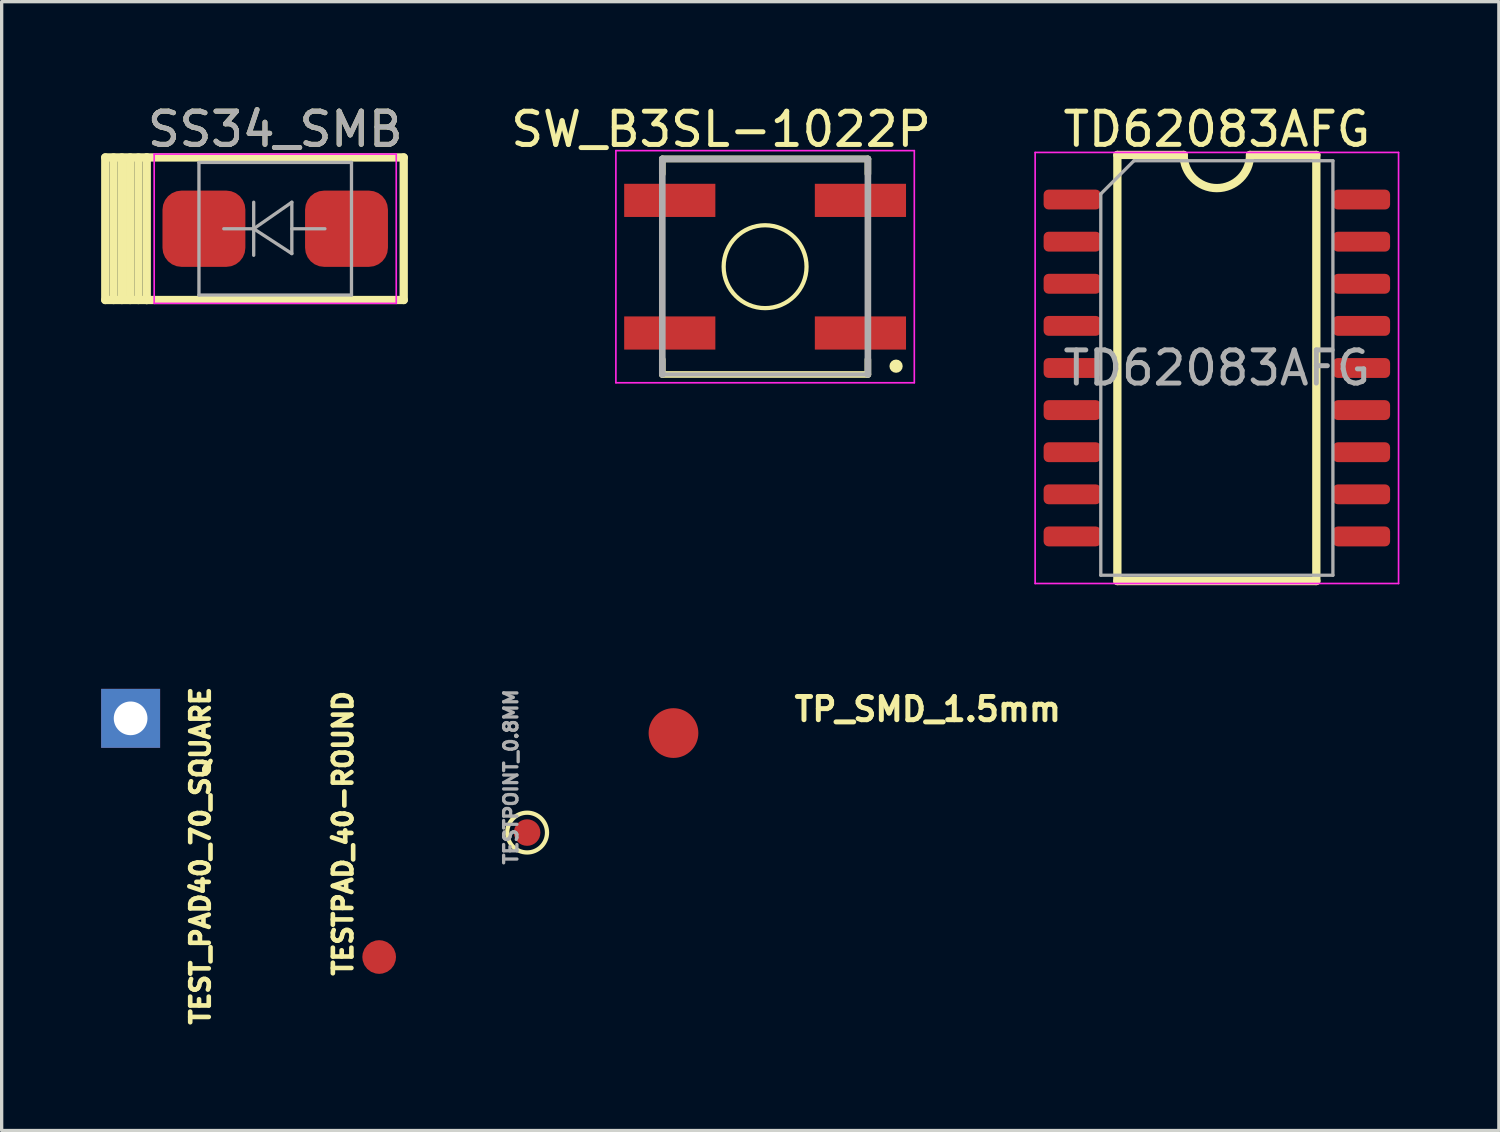
<source format=kicad_pcb>
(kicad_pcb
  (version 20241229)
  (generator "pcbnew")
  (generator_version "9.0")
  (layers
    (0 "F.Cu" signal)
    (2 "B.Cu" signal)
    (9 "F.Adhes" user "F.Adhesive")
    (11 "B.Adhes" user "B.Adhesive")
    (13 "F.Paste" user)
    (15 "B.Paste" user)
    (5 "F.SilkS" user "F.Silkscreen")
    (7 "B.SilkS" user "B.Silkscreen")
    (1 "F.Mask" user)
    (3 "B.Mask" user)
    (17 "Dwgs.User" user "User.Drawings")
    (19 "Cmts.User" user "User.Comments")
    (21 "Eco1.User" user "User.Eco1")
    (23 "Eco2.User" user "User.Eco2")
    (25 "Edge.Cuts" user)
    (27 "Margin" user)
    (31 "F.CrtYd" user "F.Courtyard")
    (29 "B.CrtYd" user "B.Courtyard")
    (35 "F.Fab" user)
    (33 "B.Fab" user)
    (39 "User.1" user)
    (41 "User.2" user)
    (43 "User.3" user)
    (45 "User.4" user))
  (footprint "TD62083AFG"
    (layer "F.Cu")
    (at 33.648 8.048)
    (property "Reference" "TD62083AFG" (at 0 -7.2 0) (layer "F.SilkS") (effects (font (size 1 1) (thickness 0.15))))
    (attr smd)
    (fp_line (start -3 -6.425) (end -1 -6.425) (stroke (width 0.25) (type solid)) (layer "F.SilkS"))
    (fp_line (start -3 6.425) (end -3 -6.425) (stroke (width 0.25) (type solid)) (layer "F.SilkS"))
    (fp_line (start 1 -6.425) (end 3 -6.425) (stroke (width 0.25) (type solid)) (layer "F.SilkS"))
    (fp_line (start 3 -6.425) (end 3 6.425) (stroke (width 0.25) (type solid)) (layer "F.SilkS"))
    (fp_line (start 3 6.425) (end -3 6.425) (stroke (width 0.25) (type solid)) (layer "F.SilkS"))
    (fp_arc (start 1 -6.425) (mid 0 -5.425) (end -1 -6.425) (stroke (width 0.25) (type solid)) (layer "F.SilkS"))
    (fp_line (start -5.48 -6.5) (end 5.48 -6.5) (stroke (width 0.05) (type solid)) (layer "F.CrtYd"))
    (fp_line (start -5.48 6.5) (end -5.48 -6.5) (stroke (width 0.05) (type solid)) (layer "F.CrtYd"))
    (fp_line (start 5.48 -6.5) (end 5.48 6.5) (stroke (width 0.05) (type solid)) (layer "F.CrtYd"))
    (fp_line (start 5.48 6.5) (end -5.48 6.5) (stroke (width 0.05) (type solid)) (layer "F.CrtYd"))
    (fp_line (start -3.5 -5.25) (end -2.5 -6.25) (stroke (width 0.1) (type solid)) (layer "F.Fab"))
    (fp_line (start -3.5 6.25) (end -3.5 -5.25) (stroke (width 0.1) (type solid)) (layer "F.Fab"))
    (fp_line (start -2.5 -6.25) (end 3.5 -6.25) (stroke (width 0.1) (type solid)) (layer "F.Fab"))
    (fp_line (start 3.5 -6.25) (end 3.5 6.25) (stroke (width 0.1) (type solid)) (layer "F.Fab"))
    (fp_line (start 3.5 6.25) (end -3.5 6.25) (stroke (width 0.1) (type solid)) (layer "F.Fab"))
    (fp_text user "${REFERENCE}" (at 0 0 0) (layer "F.Fab") (effects (font (size 1 1) (thickness 0.15))))
    (pad "1" smd roundrect (at -4.362 -5.08) (size 1.725 0.6) (layers "F.Cu" "F.Mask" "F.Paste") (roundrect_rratio 0.25))
    (pad "2" smd roundrect (at -4.362 -3.81) (size 1.725 0.6) (layers "F.Cu" "F.Mask" "F.Paste") (roundrect_rratio 0.25))
    (pad "3" smd roundrect (at -4.362 -2.54) (size 1.725 0.6) (layers "F.Cu" "F.Mask" "F.Paste") (roundrect_rratio 0.25))
    (pad "4" smd roundrect (at -4.362 -1.27) (size 1.725 0.6) (layers "F.Cu" "F.Mask" "F.Paste") (roundrect_rratio 0.25))
    (pad "5" smd roundrect (at -4.362 0) (size 1.725 0.6) (layers "F.Cu" "F.Mask" "F.Paste") (roundrect_rratio 0.25))
    (pad "6" smd roundrect (at -4.362 1.27) (size 1.725 0.6) (layers "F.Cu" "F.Mask" "F.Paste") (roundrect_rratio 0.25))
    (pad "7" smd roundrect (at -4.362 2.54) (size 1.725 0.6) (layers "F.Cu" "F.Mask" "F.Paste") (roundrect_rratio 0.25))
    (pad "8" smd roundrect (at -4.362 3.81) (size 1.725 0.6) (layers "F.Cu" "F.Mask" "F.Paste") (roundrect_rratio 0.25))
    (pad "9" smd roundrect (at -4.362 5.08) (size 1.725 0.6) (layers "F.Cu" "F.Mask" "F.Paste") (roundrect_rratio 0.25))
    (pad "10" smd roundrect (at 4.362 5.08) (size 1.725 0.6) (layers "F.Cu" "F.Mask" "F.Paste") (roundrect_rratio 0.25))
    (pad "11" smd roundrect (at 4.362 3.81) (size 1.725 0.6) (layers "F.Cu" "F.Mask" "F.Paste") (roundrect_rratio 0.25))
    (pad "12" smd roundrect (at 4.362 2.54) (size 1.725 0.6) (layers "F.Cu" "F.Mask" "F.Paste") (roundrect_rratio 0.25))
    (pad "13" smd roundrect (at 4.362 1.27) (size 1.725 0.6) (layers "F.Cu" "F.Mask" "F.Paste") (roundrect_rratio 0.25))
    (pad "14" smd roundrect (at 4.362 0) (size 1.725 0.6) (layers "F.Cu" "F.Mask" "F.Paste") (roundrect_rratio 0.25))
    (pad "15" smd roundrect (at 4.362 -1.27) (size 1.725 0.6) (layers "F.Cu" "F.Mask" "F.Paste") (roundrect_rratio 0.25))
    (pad "16" smd roundrect (at 4.362 -2.54) (size 1.725 0.6) (layers "F.Cu" "F.Mask" "F.Paste") (roundrect_rratio 0.25))
    (pad "17" smd roundrect (at 4.362 -3.81) (size 1.725 0.6) (layers "F.Cu" "F.Mask" "F.Paste") (roundrect_rratio 0.25))
    (pad "18" smd roundrect (at 4.362 -5.08) (size 1.725 0.6) (layers "F.Cu" "F.Mask" "F.Paste") (roundrect_rratio 0.25)))
  (footprint "TP_SMD_1.5mm"
    (layer "F.Cu")
    (at 17.261 19.058)
    (property "Reference" "TP_SMD_1.5mm" (at 3.57 -0.31 180) (layer "F.SilkS") (effects (font (size 0.7 0.7) (thickness 0.15)) (justify left bottom)))
    (attr exclude_from_pos_files)
    (pad "1" smd circle (at 0 0 90) (size 1.5 1.5) (layers "F.Cu" "F.Mask")))
  (footprint "TESTPAD_40-ROUND"
    (layer "F.Cu")
    (at 8.385 25.812)
    (property "Reference" "TESTPAD_40-ROUND" (at -0.762 0.635 90) (unlocked yes) (layer "F.SilkS") (effects (font (size 0.559 0.559) (thickness 0.203)) (justify left bottom)))
    (pad "1" smd roundrect (at 0 0 180) (size 1.016 1.016) (layers "F.Cu" "F.Mask") (roundrect_rratio 0.5)))
  (footprint "SS34_SMB"
    (layer "F.Cu")
    (at 5.25 3.848)
    (property "Reference" "SS34_SMB" (at 0 -3 0) (layer "F.SilkS") (effects (font (size 1 1) (thickness 0.15))))
    (attr smd)
    (fp_line (start -5.125 2.15) (end -5.125 -2.15) (stroke (width 0.25) (type solid)) (layer "F.SilkS"))
    (fp_line (start -5.125 2.15) (end -3.875 2.15) (stroke (width 0.25) (type solid)) (layer "F.SilkS"))
    (fp_line (start -4.875 -2.15) (end -4.875 2.15) (stroke (width 0.25) (type solid)) (layer "F.SilkS"))
    (fp_line (start -4.625 -2.15) (end -4.625 2.15) (stroke (width 0.25) (type solid)) (layer "F.SilkS"))
    (fp_line (start -4.375 -2.15) (end -4.375 2.15) (stroke (width 0.25) (type solid)) (layer "F.SilkS"))
    (fp_line (start -4.125 2.15) (end -4.125 -2.15) (stroke (width 0.25) (type solid)) (layer "F.SilkS"))
    (fp_line (start -3.875 -2.15) (end -5.125 -2.15) (stroke (width 0.25) (type solid)) (layer "F.SilkS"))
    (fp_line (start -3.875 -2.15) (end -3.875 2.15) (stroke (width 0.25) (type solid)) (layer "F.SilkS"))
    (fp_line (start -3.875 -2.15) (end 3.875 -2.15) (stroke (width 0.25) (type solid)) (layer "F.SilkS"))
    (fp_line (start -3.875 2.15) (end 3.875 2.15) (stroke (width 0.25) (type solid)) (layer "F.SilkS"))
    (fp_line (start 3.875 2.15) (end 3.875 -2.15) (stroke (width 0.25) (type solid)) (layer "F.SilkS"))
    (fp_line (start -3.65 -2.25) (end 3.65 -2.25) (stroke (width 0.05) (type solid)) (layer "F.CrtYd"))
    (fp_line (start -3.65 2.25) (end -3.65 -2.25) (stroke (width 0.05) (type solid)) (layer "F.CrtYd"))
    (fp_line (start 3.65 -2.25) (end 3.65 2.25) (stroke (width 0.05) (type solid)) (layer "F.CrtYd"))
    (fp_line (start 3.65 2.25) (end -3.65 2.25) (stroke (width 0.05) (type solid)) (layer "F.CrtYd"))
    (fp_line (start -2.3 2) (end -2.3 -2) (stroke (width 0.1) (type solid)) (layer "F.Fab"))
    (fp_line (start -0.649 -0.799) (end -0.649 0.801) (stroke (width 0.1) (type solid)) (layer "F.Fab"))
    (fp_line (start -0.649 0.001) (end -1.551 0.001) (stroke (width 0.1) (type solid)) (layer "F.Fab"))
    (fp_line (start -0.649 0.001) (end 0.501 -0.799) (stroke (width 0.1) (type solid)) (layer "F.Fab"))
    (fp_line (start -0.649 0.001) (end 0.501 0.75) (stroke (width 0.1) (type solid)) (layer "F.Fab"))
    (fp_line (start 0.501 0.001) (end 1.499 0.001) (stroke (width 0.1) (type solid)) (layer "F.Fab"))
    (fp_line (start 0.501 0.75) (end 0.501 -0.799) (stroke (width 0.1) (type solid)) (layer "F.Fab"))
    (fp_line (start 2.3 -2) (end -2.3 -2) (stroke (width 0.1) (type solid)) (layer "F.Fab"))
    (fp_line (start 2.3 -2) (end 2.3 2) (stroke (width 0.1) (type solid)) (layer "F.Fab"))
    (fp_line (start 2.3 2) (end -2.3 2) (stroke (width 0.1) (type solid)) (layer "F.Fab"))
    (fp_text user "${REFERENCE}" (at 0 -3 0) (layer "F.Fab") (effects (font (size 1 1) (thickness 0.15))))
    (pad "1" smd roundrect (at -2.15 0) (size 2.5 2.3) (layers "F.Cu" "F.Mask" "F.Paste") (roundrect_rratio 0.25))
    (pad "2" smd roundrect (at 2.15 0) (size 2.5 2.3) (layers "F.Cu" "F.Mask" "F.Paste") (roundrect_rratio 0.25)))
  (footprint "SW_B3SL-1022P"
    (layer "F.Cu")
    (at 20.024 4.993)
    (property "Reference" "SW_B3SL-1022P" (at -1.328 -4.143 0) (layer "F.SilkS") (effects (font (size 1.002 1.002) (thickness 0.15))))
    (attr smd)
    (fp_line (start -3.1 -3.25) (end 3.1 -3.25) (stroke (width 0.2) (type solid)) (layer "F.SilkS"))
    (fp_line (start -3.1 -2.8) (end -3.1 -3.25) (stroke (width 0.2) (type solid)) (layer "F.SilkS"))
    (fp_line (start -3.1 3.25) (end -3.1 2.8) (stroke (width 0.2) (type solid)) (layer "F.SilkS"))
    (fp_line (start 3.1 -3.25) (end 3.1 -2.8) (stroke (width 0.2) (type solid)) (layer "F.SilkS"))
    (fp_line (start 3.1 2.8) (end 3.1 3.25) (stroke (width 0.2) (type solid)) (layer "F.SilkS"))
    (fp_line (start 3.1 3.25) (end -3.1 3.25) (stroke (width 0.2) (type solid)) (layer "F.SilkS"))
    (fp_circle (center 0 0) (end 1.25 0) (stroke (width 0.127) (type solid)) (fill no) (layer "F.SilkS"))
    (fp_circle (center 3.95 3) (end 4.05 3) (stroke (width 0.2) (type solid)) (fill no) (layer "F.SilkS"))
    (fp_line (start -4.5 -3.5) (end 4.5 -3.5) (stroke (width 0.05) (type solid)) (layer "F.CrtYd"))
    (fp_line (start -4.5 3.5) (end -4.5 -3.5) (stroke (width 0.05) (type solid)) (layer "F.CrtYd"))
    (fp_line (start 4.5 -3.5) (end 4.5 3.5) (stroke (width 0.05) (type solid)) (layer "F.CrtYd"))
    (fp_line (start 4.5 3.5) (end -4.5 3.5) (stroke (width 0.05) (type solid)) (layer "F.CrtYd"))
    (fp_line (start -3.1 -3.25) (end 3.1 -3.25) (stroke (width 0.2) (type solid)) (layer "F.Fab"))
    (fp_line (start -3.1 3.25) (end -3.1 -3.25) (stroke (width 0.2) (type solid)) (layer "F.Fab"))
    (fp_line (start 3.1 -3.25) (end 3.1 3.25) (stroke (width 0.2) (type solid)) (layer "F.Fab"))
    (fp_line (start 3.1 3.25) (end -3.1 3.25) (stroke (width 0.127) (type solid)) (layer "F.Fab"))
    (pad "1" smd rect (at 2.875 2) (size 2.75 1) (layers "F.Cu" "F.Mask" "F.Paste"))
    (pad "2" smd rect (at -2.875 2) (size 2.75 1) (layers "F.Cu" "F.Mask" "F.Paste"))
    (pad "3" smd rect (at 2.875 -2) (size 2.75 1) (layers "F.Cu" "F.Mask" "F.Paste"))
    (pad "4" smd rect (at -2.875 -2) (size 2.75 1) (layers "F.Cu" "F.Mask" "F.Paste")))
  (footprint "TESTPOINT_0.8MM"
    (layer "F.Cu")
    (at 12.847 22.059)
    (property "Reference" "TESTPOINT_0.8MM" (at -0.254 1.016 90) (unlocked yes) (layer "F.Fab") (effects (font (size 0.4 0.4) (thickness 0.1)) (justify left bottom)))
    (fp_circle (center 0 0) (end 0 -0.6) (stroke (width 0.128) (type default)) (fill no) (layer "F.SilkS"))
    (pad "1" smd oval (at 0 0) (size 0.8 0.8) (layers "F.Cu" "F.Mask" "F.Paste")))
  (footprint "TEST_PAD40_70_SQUARE"
    (layer "F.Cu")
    (at 0.889 18.614)
    (property "Reference" "TEST_PAD40_70_SQUARE" (at 1.778 -1.016 90) (unlocked yes) (layer "F.SilkS") (effects (font (size 0.559 0.559) (thickness 0.203)) (justify right top)))
    (pad "P$1" thru_hole rect (at 0 0) (size 1.778 1.778) (drill 1.016) (layers "*.Cu" "*.Mask")))
  (gr_rect
    (start -3 -3)
    (end 42.153 31.044)
    (stroke (width 0.1) (type default))
    (fill no)
    (layer "Edge.Cuts")))
</source>
